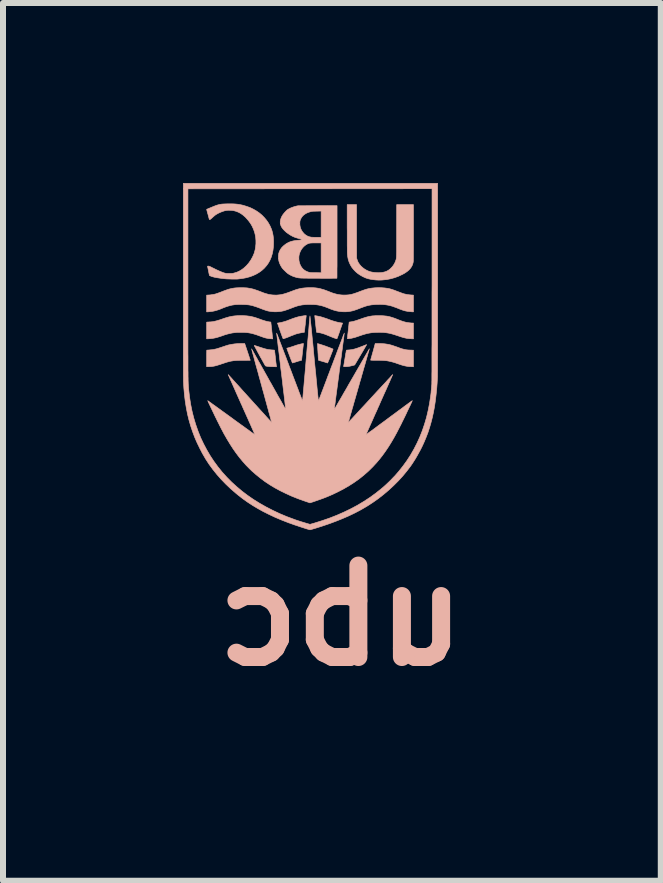
<source format=kicad_pcb>
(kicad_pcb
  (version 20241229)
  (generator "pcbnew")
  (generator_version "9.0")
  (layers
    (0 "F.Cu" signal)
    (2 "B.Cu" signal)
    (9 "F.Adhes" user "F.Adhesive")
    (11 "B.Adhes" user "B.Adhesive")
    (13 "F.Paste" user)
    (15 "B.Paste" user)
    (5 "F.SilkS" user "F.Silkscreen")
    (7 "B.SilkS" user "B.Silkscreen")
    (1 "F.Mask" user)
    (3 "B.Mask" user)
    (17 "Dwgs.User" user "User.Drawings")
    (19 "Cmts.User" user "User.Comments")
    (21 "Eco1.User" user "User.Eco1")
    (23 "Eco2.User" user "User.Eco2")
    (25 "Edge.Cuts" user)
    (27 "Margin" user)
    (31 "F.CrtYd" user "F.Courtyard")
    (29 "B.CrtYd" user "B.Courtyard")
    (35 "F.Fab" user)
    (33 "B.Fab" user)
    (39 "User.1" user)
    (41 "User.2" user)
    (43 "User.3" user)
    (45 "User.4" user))
  (footprint "ubc"
    (layer "F.Cu")
    (at 1.87 2.257)
    (property "Reference" "ubc" (at 0.762 4.953 180) (layer "B.SilkS") (effects (font (size 1.524 1.524) (thickness 0.3)) (justify mirror)))
    (attr through_hole)
    (fp_poly (pts (xy 0.126 0.419) (xy 0.106 0.423) (xy 0.084 0.428) (xy 0.06 0.434) (xy 0.036 0.441) (xy 0.015 0.447) (xy -0.002 0.453) (xy -0.021 0.46) (xy -0.042 0.467) (xy -0.061 0.473) (xy -0.063 0.474) (xy -0.079 0.479) (xy -0.095 0.484) (xy -0.109 0.488) (xy -0.12 0.491) (xy -0.123 0.492) (xy -0.133 0.494) (xy -0.139 0.496) (xy -0.14 0.498) (xy -0.136 0.51) (xy -0.13 0.525) (xy -0.124 0.543) (xy -0.116 0.564) (xy -0.108 0.585) (xy -0.1 0.607) (xy -0.091 0.63) (xy -0.083 0.652) (xy -0.075 0.673) (xy -0.067 0.692) (xy -0.06 0.709) (xy -0.055 0.723) (xy -0.05 0.734) (xy -0.048 0.74) (xy -0.047 0.742) (xy -0.043 0.741) (xy -0.035 0.739) (xy -0.024 0.735) (xy -0.009 0.731) (xy 0.007 0.726) (xy 0.011 0.724) (xy 0.03 0.719) (xy 0.047 0.713) (xy 0.064 0.708) (xy 0.077 0.705) (xy 0.086 0.702) (xy 0.086 0.702) (xy 0.106 0.697) (xy 0.137 0.418) (xy 0.126 0.419)) (stroke (width 0.01) (type solid)) (fill yes) (layer "B.SilkS"))
    (fp_poly (pts (xy 1.188 0.437) (xy 1.18 0.439) (xy 1.169 0.443) (xy 1.155 0.449) (xy 1.138 0.456) (xy 1.119 0.463) (xy 1.115 0.465) (xy 1.08 0.478) (xy 1.049 0.49) (xy 1.021 0.499) (xy 0.996 0.507) (xy 0.973 0.513) (xy 0.951 0.518) (xy 0.929 0.521) (xy 0.906 0.524) (xy 0.891 0.525) (xy 0.877 0.526) (xy 0.865 0.527) (xy 0.857 0.528) (xy 0.853 0.529) (xy 0.853 0.529) (xy 0.852 0.532) (xy 0.851 0.54) (xy 0.848 0.552) (xy 0.846 0.568) (xy 0.842 0.586) (xy 0.839 0.607) (xy 0.835 0.63) (xy 0.831 0.653) (xy 0.827 0.677) (xy 0.823 0.701) (xy 0.819 0.723) (xy 0.816 0.744) (xy 0.813 0.762) (xy 0.81 0.778) (xy 0.808 0.79) (xy 0.807 0.797) (xy 0.807 0.799) (xy 0.808 0.802) (xy 0.81 0.803) (xy 0.815 0.804) (xy 0.824 0.804) (xy 0.836 0.804) (xy 0.852 0.803) (xy 0.87 0.802) (xy 0.888 0.8) (xy 0.897 0.798) (xy 0.914 0.795) (xy 0.934 0.79) (xy 0.952 0.786) (xy 0.96 0.784) (xy 0.991 0.775) (xy 1.091 0.606) (xy 1.108 0.577) (xy 1.124 0.551) (xy 1.138 0.526) (xy 1.152 0.503) (xy 1.163 0.483) (xy 1.173 0.466) (xy 1.181 0.452) (xy 1.187 0.443) (xy 1.19 0.437) (xy 1.19 0.436) (xy 1.188 0.437)) (stroke (width 0.01) (type solid)) (fill yes) (layer "B.SilkS"))
    (fp_poly (pts (xy 1.333 0.418) (xy 1.296 0.554) (xy 1.288 0.581) (xy 1.281 0.606) (xy 1.275 0.629) (xy 1.269 0.649) (xy 1.264 0.666) (xy 1.261 0.68) (xy 1.258 0.689) (xy 1.257 0.693) (xy 1.257 0.694) (xy 1.257 0.695) (xy 1.261 0.695) (xy 1.267 0.696) (xy 1.277 0.696) (xy 1.291 0.697) (xy 1.31 0.697) (xy 1.333 0.697) (xy 1.349 0.697) (xy 1.393 0.697) (xy 1.431 0.698) (xy 1.465 0.7) (xy 1.497 0.702) (xy 1.526 0.705) (xy 1.554 0.71) (xy 1.582 0.716) (xy 1.61 0.723) (xy 1.64 0.731) (xy 1.672 0.741) (xy 1.699 0.751) (xy 1.735 0.763) (xy 1.767 0.774) (xy 1.795 0.782) (xy 1.821 0.789) (xy 1.845 0.794) (xy 1.867 0.798) (xy 1.89 0.801) (xy 1.912 0.803) (xy 1.928 0.803) (xy 1.97 0.805) (xy 1.97 0.529) (xy 1.918 0.527) (xy 1.89 0.526) (xy 1.865 0.524) (xy 1.842 0.521) (xy 1.819 0.516) (xy 1.795 0.51) (xy 1.769 0.503) (xy 1.741 0.493) (xy 1.723 0.486) (xy 1.69 0.474) (xy 1.66 0.464) (xy 1.635 0.455) (xy 1.613 0.448) (xy 1.593 0.442) (xy 1.574 0.437) (xy 1.556 0.433) (xy 1.539 0.43) (xy 1.527 0.428) (xy 1.493 0.423) (xy 1.455 0.42) (xy 1.415 0.418) (xy 1.38 0.418) (xy 1.333 0.418)) (stroke (width 0.01) (type solid)) (fill yes) (layer "B.SilkS"))
    (fp_poly (pts (xy -0.952 0.419) (xy -1.01 0.424) (xy -1.064 0.432) (xy -1.112 0.442) (xy -1.123 0.445) (xy -1.138 0.45) (xy -1.156 0.455) (xy -1.175 0.462) (xy -1.194 0.468) (xy -1.197 0.469) (xy -1.232 0.481) (xy -1.263 0.491) (xy -1.291 0.5) (xy -1.315 0.507) (xy -1.338 0.512) (xy -1.359 0.516) (xy -1.38 0.52) (xy -1.401 0.522) (xy -1.423 0.524) (xy -1.431 0.525) (xy -1.446 0.526) (xy -1.458 0.527) (xy -1.468 0.527) (xy -1.473 0.528) (xy -1.474 0.528) (xy -1.474 0.53) (xy -1.475 0.538) (xy -1.475 0.551) (xy -1.475 0.567) (xy -1.476 0.587) (xy -1.476 0.61) (xy -1.476 0.635) (xy -1.476 0.662) (xy -1.476 0.804) (xy -1.446 0.804) (xy -1.429 0.803) (xy -1.409 0.802) (xy -1.391 0.801) (xy -1.386 0.8) (xy -1.354 0.795) (xy -1.32 0.787) (xy -1.283 0.776) (xy -1.242 0.763) (xy -1.229 0.758) (xy -1.198 0.748) (xy -1.171 0.739) (xy -1.147 0.731) (xy -1.126 0.725) (xy -1.107 0.72) (xy -1.088 0.715) (xy -1.069 0.711) (xy -1.049 0.708) (xy -1.034 0.705) (xy -1.024 0.704) (xy -1.014 0.703) (xy -1.003 0.701) (xy -0.992 0.701) (xy -0.979 0.7) (xy -0.963 0.699) (xy -0.944 0.699) (xy -0.921 0.698) (xy -0.894 0.698) (xy -0.872 0.698) (xy -0.749 0.697) (xy -0.795 0.557) (xy -0.842 0.418) (xy -0.89 0.418) (xy -0.952 0.419)) (stroke (width 0.01) (type solid)) (fill yes) (layer "B.SilkS"))
    (fp_poly (pts (xy 0.325 -0.047) (xy 0.326 -0.044) (xy 0.326 -0.036) (xy 0.328 -0.024) (xy 0.329 -0.009) (xy 0.331 0.01) (xy 0.333 0.031) (xy 0.336 0.054) (xy 0.338 0.077) (xy 0.341 0.101) (xy 0.343 0.124) (xy 0.346 0.147) (xy 0.348 0.167) (xy 0.35 0.186) (xy 0.352 0.201) (xy 0.353 0.213) (xy 0.354 0.219) (xy 0.356 0.231) (xy 0.372 0.233) (xy 0.398 0.237) (xy 0.425 0.242) (xy 0.453 0.25) (xy 0.483 0.259) (xy 0.515 0.271) (xy 0.552 0.286) (xy 0.569 0.293) (xy 0.588 0.301) (xy 0.608 0.309) (xy 0.628 0.317) (xy 0.646 0.324) (xy 0.663 0.33) (xy 0.677 0.334) (xy 0.687 0.337) (xy 0.694 0.339) (xy 0.694 0.339) (xy 0.696 0.336) (xy 0.699 0.33) (xy 0.703 0.32) (xy 0.704 0.318) (xy 0.706 0.311) (xy 0.711 0.299) (xy 0.716 0.284) (xy 0.723 0.265) (xy 0.731 0.243) (xy 0.739 0.22) (xy 0.747 0.195) (xy 0.75 0.187) (xy 0.789 0.077) (xy 0.772 0.075) (xy 0.735 0.069) (xy 0.694 0.06) (xy 0.651 0.048) (xy 0.603 0.033) (xy 0.56 0.017) (xy 0.523 0.003) (xy 0.486 -0.009) (xy 0.452 -0.02) (xy 0.422 -0.029) (xy 0.419 -0.029) (xy 0.407 -0.032) (xy 0.392 -0.035) (xy 0.377 -0.039) (xy 0.362 -0.041) (xy 0.349 -0.044) (xy 0.337 -0.046) (xy 0.329 -0.047) (xy 0.326 -0.047) (xy 0.325 -0.047)) (stroke (width 0.01) (type solid)) (fill yes) (layer "B.SilkS"))
    (fp_poly (pts (xy 0.371 0.421) (xy 0.371 0.429) (xy 0.372 0.442) (xy 0.373 0.458) (xy 0.374 0.476) (xy 0.375 0.498) (xy 0.376 0.52) (xy 0.378 0.544) (xy 0.379 0.569) (xy 0.381 0.593) (xy 0.382 0.615) (xy 0.383 0.637) (xy 0.384 0.656) (xy 0.386 0.672) (xy 0.386 0.684) (xy 0.387 0.693) (xy 0.387 0.696) (xy 0.387 0.696) (xy 0.39 0.697) (xy 0.398 0.699) (xy 0.408 0.703) (xy 0.419 0.706) (xy 0.433 0.71) (xy 0.451 0.715) (xy 0.47 0.721) (xy 0.489 0.726) (xy 0.494 0.728) (xy 0.509 0.733) (xy 0.522 0.737) (xy 0.532 0.74) (xy 0.538 0.742) (xy 0.54 0.742) (xy 0.541 0.74) (xy 0.544 0.732) (xy 0.549 0.721) (xy 0.555 0.706) (xy 0.563 0.688) (xy 0.571 0.667) (xy 0.581 0.644) (xy 0.587 0.628) (xy 0.597 0.602) (xy 0.606 0.579) (xy 0.614 0.558) (xy 0.621 0.541) (xy 0.626 0.527) (xy 0.629 0.517) (xy 0.63 0.512) (xy 0.63 0.511) (xy 0.627 0.509) (xy 0.619 0.505) (xy 0.607 0.5) (xy 0.592 0.494) (xy 0.574 0.487) (xy 0.555 0.48) (xy 0.534 0.472) (xy 0.514 0.465) (xy 0.508 0.462) (xy 0.496 0.458) (xy 0.482 0.453) (xy 0.466 0.448) (xy 0.449 0.442) (xy 0.431 0.437) (xy 0.415 0.431) (xy 0.4 0.427) (xy 0.387 0.423) (xy 0.377 0.42) (xy 0.372 0.419) (xy 0.371 0.419) (xy 0.371 0.421)) (stroke (width 0.01) (type solid)) (fill yes) (layer "B.SilkS"))
    (fp_poly (pts (xy -0.681 0.451) (xy -0.682 0.452) (xy -0.682 0.454) (xy -0.682 0.454) (xy -0.68 0.458) (xy -0.675 0.466) (xy -0.669 0.479) (xy -0.66 0.494) (xy -0.65 0.513) (xy -0.639 0.533) (xy -0.627 0.556) (xy -0.614 0.58) (xy -0.6 0.605) (xy -0.587 0.63) (xy -0.573 0.655) (xy -0.559 0.679) (xy -0.547 0.702) (xy -0.535 0.723) (xy -0.524 0.743) (xy -0.515 0.759) (xy -0.507 0.773) (xy -0.502 0.782) (xy -0.498 0.788) (xy -0.498 0.789) (xy -0.49 0.793) (xy -0.477 0.796) (xy -0.46 0.799) (xy -0.438 0.801) (xy -0.411 0.803) (xy -0.381 0.804) (xy -0.379 0.804) (xy -0.313 0.805) (xy -0.315 0.793) (xy -0.315 0.787) (xy -0.316 0.777) (xy -0.318 0.762) (xy -0.32 0.744) (xy -0.323 0.723) (xy -0.325 0.699) (xy -0.328 0.673) (xy -0.33 0.655) (xy -0.333 0.629) (xy -0.336 0.605) (xy -0.338 0.583) (xy -0.341 0.564) (xy -0.342 0.549) (xy -0.344 0.537) (xy -0.345 0.531) (xy -0.345 0.529) (xy -0.348 0.528) (xy -0.356 0.527) (xy -0.367 0.526) (xy -0.381 0.525) (xy -0.386 0.525) (xy -0.407 0.523) (xy -0.426 0.521) (xy -0.443 0.519) (xy -0.461 0.516) (xy -0.479 0.512) (xy -0.498 0.507) (xy -0.52 0.501) (xy -0.545 0.493) (xy -0.574 0.484) (xy -0.577 0.483) (xy -0.604 0.474) (xy -0.626 0.467) (xy -0.643 0.461) (xy -0.657 0.457) (xy -0.667 0.454) (xy -0.674 0.452) (xy -0.678 0.451) (xy -0.681 0.451)) (stroke (width 0.01) (type solid)) (fill yes) (layer "B.SilkS"))
    (fp_poly (pts (xy 0.173 -0.047) (xy 0.162 -0.046) (xy 0.147 -0.045) (xy 0.13 -0.042) (xy 0.112 -0.039) (xy 0.11 -0.039) (xy 0.089 -0.036) (xy 0.068 -0.031) (xy 0.047 -0.026) (xy 0.025 -0.02) (xy 0.002 -0.013) (xy -0.024 -0.004) (xy -0.053 0.006) (xy -0.086 0.019) (xy -0.103 0.025) (xy -0.141 0.04) (xy -0.175 0.051) (xy -0.207 0.06) (xy -0.236 0.067) (xy -0.263 0.072) (xy -0.263 0.072) (xy -0.276 0.074) (xy -0.286 0.076) (xy -0.293 0.077) (xy -0.296 0.077) (xy -0.295 0.08) (xy -0.292 0.088) (xy -0.288 0.099) (xy -0.283 0.115) (xy -0.276 0.134) (xy -0.269 0.155) (xy -0.261 0.179) (xy -0.252 0.205) (xy -0.25 0.208) (xy -0.239 0.241) (xy -0.229 0.268) (xy -0.221 0.29) (xy -0.214 0.308) (xy -0.209 0.322) (xy -0.205 0.331) (xy -0.202 0.337) (xy -0.2 0.338) (xy -0.2 0.338) (xy -0.196 0.338) (xy -0.188 0.335) (xy -0.177 0.332) (xy -0.168 0.329) (xy -0.157 0.325) (xy -0.142 0.32) (xy -0.125 0.313) (xy -0.105 0.305) (xy -0.085 0.297) (xy -0.074 0.292) (xy -0.054 0.284) (xy -0.034 0.277) (xy -0.015 0.269) (xy 0.001 0.263) (xy 0.014 0.259) (xy 0.019 0.257) (xy 0.037 0.252) (xy 0.058 0.247) (xy 0.081 0.242) (xy 0.103 0.238) (xy 0.123 0.234) (xy 0.135 0.233) (xy 0.152 0.231) (xy 0.154 0.219) (xy 0.154 0.215) (xy 0.155 0.205) (xy 0.157 0.192) (xy 0.159 0.175) (xy 0.161 0.155) (xy 0.163 0.134) (xy 0.166 0.111) (xy 0.169 0.087) (xy 0.171 0.063) (xy 0.174 0.04) (xy 0.176 0.019) (xy 0.178 -0.001) (xy 0.18 -0.018) (xy 0.182 -0.032) (xy 0.183 -0.042) (xy 0.183 -0.047) (xy 0.183 -0.047) (xy 0.181 -0.048) (xy 0.173 -0.047)) (stroke (width 0.01) (type solid)) (fill yes) (layer "B.SilkS"))
    (fp_poly (pts (xy 1.365 -0.046) (xy 1.338 -0.046) (xy 1.314 -0.044) (xy 1.291 -0.043) (xy 1.269 -0.04) (xy 1.247 -0.036) (xy 1.224 -0.032) (xy 1.201 -0.026) (xy 1.175 -0.019) (xy 1.147 -0.01) (xy 1.115 0.000464) (xy 1.08 0.013) (xy 1.04 0.027) (xy 1.037 0.028) (xy 1.006 0.038) (xy 0.979 0.046) (xy 0.953 0.052) (xy 0.928 0.057) (xy 0.924 0.057) (xy 0.899 0.061) (xy 0.884 0.198) (xy 0.881 0.226) (xy 0.878 0.251) (xy 0.875 0.274) (xy 0.873 0.295) (xy 0.872 0.312) (xy 0.871 0.325) (xy 0.87 0.334) (xy 0.87 0.338) (xy 0.87 0.338) (xy 0.874 0.338) (xy 0.882 0.338) (xy 0.894 0.337) (xy 0.909 0.334) (xy 0.925 0.332) (xy 0.942 0.329) (xy 0.959 0.325) (xy 0.974 0.321) (xy 0.979 0.32) (xy 0.993 0.316) (xy 1.01 0.311) (xy 1.03 0.304) (xy 1.051 0.297) (xy 1.072 0.29) (xy 1.075 0.289) (xy 1.118 0.274) (xy 1.158 0.262) (xy 1.194 0.252) (xy 1.229 0.245) (xy 1.264 0.239) (xy 1.3 0.235) (xy 1.337 0.233) (xy 1.377 0.232) (xy 1.396 0.231) (xy 1.432 0.232) (xy 1.466 0.233) (xy 1.497 0.236) (xy 1.528 0.24) (xy 1.558 0.245) (xy 1.59 0.252) (xy 1.623 0.261) (xy 1.659 0.272) (xy 1.699 0.285) (xy 1.711 0.289) (xy 1.746 0.301) (xy 1.775 0.31) (xy 1.802 0.318) (xy 1.826 0.324) (xy 1.848 0.329) (xy 1.87 0.333) (xy 1.891 0.335) (xy 1.914 0.337) (xy 1.93 0.338) (xy 1.97 0.34) (xy 1.97 0.076) (xy 1.952 0.076) (xy 1.938 0.076) (xy 1.919 0.074) (xy 1.898 0.072) (xy 1.877 0.069) (xy 1.858 0.066) (xy 1.841 0.063) (xy 1.84 0.062) (xy 1.82 0.057) (xy 1.801 0.052) (xy 1.781 0.045) (xy 1.758 0.037) (xy 1.732 0.027) (xy 1.716 0.021) (xy 1.677 0.005) (xy 1.642 -0.008) (xy 1.61 -0.018) (xy 1.581 -0.027) (xy 1.552 -0.034) (xy 1.524 -0.039) (xy 1.494 -0.042) (xy 1.464 -0.045) (xy 1.431 -0.046) (xy 1.394 -0.046) (xy 1.365 -0.046)) (stroke (width 0.01) (type solid)) (fill yes) (layer "B.SilkS"))
    (fp_poly (pts (xy -0.937 -0.047) (xy -0.967 -0.046) (xy -0.976 -0.045) (xy -1.004 -0.043) (xy -1.03 -0.04) (xy -1.055 -0.036) (xy -1.079 -0.031) (xy -1.104 -0.026) (xy -1.13 -0.018) (xy -1.159 -0.01) (xy -1.192 0.001) (xy -1.218 0.01) (xy -1.252 0.022) (xy -1.283 0.031) (xy -1.309 0.039) (xy -1.333 0.045) (xy -1.355 0.05) (xy -1.376 0.054) (xy -1.396 0.056) (xy -1.417 0.058) (xy -1.428 0.058) (xy -1.442 0.059) (xy -1.455 0.06) (xy -1.464 0.06) (xy -1.47 0.061) (xy -1.47 0.061) (xy -1.476 0.062) (xy -1.476 0.34) (xy -1.437 0.338) (xy -1.409 0.336) (xy -1.381 0.333) (xy -1.353 0.328) (xy -1.325 0.322) (xy -1.294 0.314) (xy -1.26 0.303) (xy -1.223 0.291) (xy -1.215 0.288) (xy -1.17 0.272) (xy -1.128 0.26) (xy -1.088 0.25) (xy -1.05 0.242) (xy -1.012 0.237) (xy -0.973 0.233) (xy -0.931 0.232) (xy -0.887 0.232) (xy -0.881 0.232) (xy -0.846 0.233) (xy -0.814 0.235) (xy -0.785 0.238) (xy -0.757 0.243) (xy -0.729 0.248) (xy -0.7 0.256) (xy -0.669 0.265) (xy -0.635 0.276) (xy -0.598 0.29) (xy -0.594 0.291) (xy -0.561 0.303) (xy -0.533 0.313) (xy -0.508 0.321) (xy -0.486 0.327) (xy -0.465 0.331) (xy -0.445 0.335) (xy -0.424 0.337) (xy -0.407 0.338) (xy -0.375 0.34) (xy -0.377 0.327) (xy -0.377 0.323) (xy -0.378 0.314) (xy -0.38 0.3) (xy -0.382 0.284) (xy -0.384 0.264) (xy -0.386 0.243) (xy -0.389 0.22) (xy -0.391 0.196) (xy -0.394 0.172) (xy -0.397 0.149) (xy -0.399 0.127) (xy -0.401 0.108) (xy -0.403 0.09) (xy -0.405 0.077) (xy -0.406 0.067) (xy -0.406 0.061) (xy -0.406 0.061) (xy -0.409 0.06) (xy -0.416 0.059) (xy -0.425 0.058) (xy -0.426 0.058) (xy -0.445 0.055) (xy -0.469 0.05) (xy -0.497 0.043) (xy -0.528 0.033) (xy -0.563 0.022) (xy -0.586 0.013) (xy -0.617 0.002) (xy -0.643 -0.007) (xy -0.667 -0.015) (xy -0.688 -0.021) (xy -0.708 -0.026) (xy -0.728 -0.031) (xy -0.749 -0.035) (xy -0.772 -0.039) (xy -0.778 -0.039) (xy -0.805 -0.043) (xy -0.836 -0.045) (xy -0.869 -0.047) (xy -0.903 -0.048) (xy -0.937 -0.047)) (stroke (width 0.01) (type solid)) (fill yes) (layer "B.SilkS"))
    (fp_poly (pts (xy 1.69 -1.468) (xy 1.69 -1.409) (xy 1.69 -1.355) (xy 1.69 -1.306) (xy 1.69 -1.262) (xy 1.69 -1.223) (xy 1.69 -1.187) (xy 1.69 -1.156) (xy 1.69 -1.128) (xy 1.69 -1.104) (xy 1.689 -1.083) (xy 1.689 -1.064) (xy 1.688 -1.049) (xy 1.688 -1.035) (xy 1.687 -1.023) (xy 1.686 -1.013) (xy 1.685 -1.005) (xy 1.684 -0.998) (xy 1.683 -0.991) (xy 1.682 -0.985) (xy 1.68 -0.979) (xy 1.678 -0.974) (xy 1.677 -0.968) (xy 1.676 -0.967) (xy 1.663 -0.933) (xy 1.645 -0.9) (xy 1.623 -0.868) (xy 1.603 -0.846) (xy 1.579 -0.823) (xy 1.553 -0.803) (xy 1.525 -0.788) (xy 1.496 -0.777) (xy 1.463 -0.769) (xy 1.427 -0.764) (xy 1.387 -0.762) (xy 1.36 -0.763) (xy 1.321 -0.766) (xy 1.285 -0.771) (xy 1.253 -0.778) (xy 1.221 -0.789) (xy 1.192 -0.802) (xy 1.157 -0.822) (xy 1.125 -0.846) (xy 1.096 -0.872) (xy 1.072 -0.901) (xy 1.051 -0.932) (xy 1.046 -0.942) (xy 1.042 -0.951) (xy 1.037 -0.964) (xy 1.032 -0.978) (xy 1.031 -0.981) (xy 1.023 -1.006) (xy 1.022 -1.451) (xy 1.022 -1.897) (xy 0.866 -1.897) (xy 0.866 -1.508) (xy 0.867 -1.46) (xy 0.867 -1.414) (xy 0.867 -1.369) (xy 0.867 -1.326) (xy 0.867 -1.285) (xy 0.867 -1.246) (xy 0.867 -1.211) (xy 0.868 -1.179) (xy 0.868 -1.15) (xy 0.868 -1.126) (xy 0.868 -1.106) (xy 0.869 -1.09) (xy 0.869 -1.08) (xy 0.869 -1.077) (xy 0.875 -1.027) (xy 0.884 -0.98) (xy 0.899 -0.936) (xy 0.918 -0.895) (xy 0.941 -0.855) (xy 0.97 -0.818) (xy 0.974 -0.814) (xy 1.005 -0.781) (xy 1.04 -0.751) (xy 1.079 -0.724) (xy 1.121 -0.7) (xy 1.163 -0.68) (xy 1.178 -0.674) (xy 1.215 -0.662) (xy 1.256 -0.653) (xy 1.301 -0.646) (xy 1.347 -0.641) (xy 1.394 -0.639) (xy 1.44 -0.64) (xy 1.453 -0.641) (xy 1.522 -0.648) (xy 1.589 -0.661) (xy 1.655 -0.679) (xy 1.72 -0.703) (xy 1.784 -0.733) (xy 1.787 -0.734) (xy 1.828 -0.757) (xy 1.863 -0.781) (xy 1.893 -0.806) (xy 1.918 -0.833) (xy 1.938 -0.862) (xy 1.953 -0.892) (xy 1.963 -0.924) (xy 1.967 -0.944) (xy 1.967 -0.951) (xy 1.968 -0.962) (xy 1.968 -0.98) (xy 1.969 -1.003) (xy 1.969 -1.032) (xy 1.969 -1.066) (xy 1.969 -1.106) (xy 1.97 -1.151) (xy 1.97 -1.202) (xy 1.97 -1.259) (xy 1.97 -1.321) (xy 1.97 -1.389) (xy 1.97 -1.431) (xy 1.97 -1.897) (xy 1.691 -1.897) (xy 1.69 -1.468)) (stroke (width 0.01) (type solid)) (fill yes) (layer "B.SilkS"))
    (fp_poly (pts (xy -1.126 -1.91) (xy -1.156 -1.909) (xy -1.182 -1.908) (xy -1.206 -1.907) (xy -1.227 -1.905) (xy -1.247 -1.902) (xy -1.266 -1.898) (xy -1.286 -1.893) (xy -1.307 -1.887) (xy -1.329 -1.879) (xy -1.355 -1.869) (xy -1.384 -1.857) (xy -1.415 -1.844) (xy -1.432 -1.837) (xy -1.448 -1.831) (xy -1.46 -1.825) (xy -1.47 -1.821) (xy -1.475 -1.819) (xy -1.476 -1.819) (xy -1.475 -1.816) (xy -1.474 -1.808) (xy -1.471 -1.796) (xy -1.467 -1.781) (xy -1.462 -1.762) (xy -1.456 -1.742) (xy -1.45 -1.719) (xy -1.444 -1.696) (xy -1.437 -1.671) (xy -1.434 -1.659) (xy -1.431 -1.652) (xy -1.428 -1.648) (xy -1.423 -1.648) (xy -1.416 -1.651) (xy -1.407 -1.658) (xy -1.394 -1.669) (xy -1.386 -1.676) (xy -1.362 -1.698) (xy -1.341 -1.716) (xy -1.321 -1.731) (xy -1.3 -1.743) (xy -1.28 -1.754) (xy -1.243 -1.771) (xy -1.208 -1.784) (xy -1.177 -1.794) (xy -1.146 -1.8) (xy -1.118 -1.803) (xy -1.072 -1.802) (xy -1.029 -1.797) (xy -0.987 -1.786) (xy -0.946 -1.77) (xy -0.907 -1.749) (xy -0.87 -1.722) (xy -0.833 -1.69) (xy -0.819 -1.675) (xy -0.78 -1.631) (xy -0.746 -1.585) (xy -0.718 -1.537) (xy -0.695 -1.487) (xy -0.677 -1.435) (xy -0.668 -1.399) (xy -0.659 -1.35) (xy -0.655 -1.298) (xy -0.655 -1.246) (xy -0.66 -1.195) (xy -0.668 -1.145) (xy -0.681 -1.098) (xy -0.687 -1.079) (xy -0.71 -1.027) (xy -0.737 -0.978) (xy -0.769 -0.931) (xy -0.806 -0.887) (xy -0.824 -0.869) (xy -0.859 -0.837) (xy -0.895 -0.811) (xy -0.932 -0.789) (xy -0.972 -0.771) (xy -1.015 -0.758) (xy -1.034 -0.753) (xy -1.045 -0.751) (xy -1.061 -0.75) (xy -1.08 -0.75) (xy -1.102 -0.749) (xy -1.122 -0.75) (xy -1.137 -0.75) (xy -1.148 -0.751) (xy -1.158 -0.752) (xy -1.167 -0.754) (xy -1.175 -0.756) (xy -1.198 -0.763) (xy -1.224 -0.773) (xy -1.254 -0.785) (xy -1.287 -0.8) (xy -1.322 -0.816) (xy -1.359 -0.835) (xy -1.359 -0.835) (xy -1.381 -0.845) (xy -1.398 -0.854) (xy -1.412 -0.861) (xy -1.422 -0.865) (xy -1.431 -0.869) (xy -1.437 -0.871) (xy -1.442 -0.872) (xy -1.447 -0.872) (xy -1.448 -0.872) (xy -1.456 -0.872) (xy -1.46 -0.871) (xy -1.461 -0.868) (xy -1.461 -0.866) (xy -1.46 -0.861) (xy -1.458 -0.852) (xy -1.455 -0.839) (xy -1.452 -0.823) (xy -1.448 -0.805) (xy -1.445 -0.789) (xy -1.441 -0.77) (xy -1.438 -0.753) (xy -1.434 -0.738) (xy -1.432 -0.727) (xy -1.43 -0.719) (xy -1.43 -0.717) (xy -1.426 -0.714) (xy -1.417 -0.71) (xy -1.406 -0.705) (xy -1.392 -0.7) (xy -1.377 -0.695) (xy -1.361 -0.691) (xy -1.354 -0.689) (xy -1.337 -0.685) (xy -1.316 -0.681) (xy -1.292 -0.677) (xy -1.264 -0.673) (xy -1.232 -0.668) (xy -1.194 -0.664) (xy -1.187 -0.663) (xy -1.166 -0.661) (xy -1.141 -0.659) (xy -1.114 -0.658) (xy -1.084 -0.657) (xy -1.055 -0.656) (xy -1.026 -0.656) (xy -0.999 -0.656) (xy -0.974 -0.656) (xy -0.954 -0.657) (xy -0.948 -0.658) (xy -0.881 -0.666) (xy -0.818 -0.678) (xy -0.759 -0.694) (xy -0.704 -0.714) (xy -0.652 -0.738) (xy -0.604 -0.766) (xy -0.559 -0.798) (xy -0.518 -0.835) (xy -0.508 -0.846) (xy -0.474 -0.885) (xy -0.445 -0.927) (xy -0.42 -0.973) (xy -0.399 -1.023) (xy -0.383 -1.076) (xy -0.371 -1.133) (xy -0.364 -1.192) (xy -0.362 -1.229) (xy -0.361 -1.282) (xy -0.363 -1.331) (xy -0.368 -1.376) (xy -0.376 -1.42) (xy -0.387 -1.461) (xy -0.397 -1.49) (xy -0.419 -1.541) (xy -0.446 -1.59) (xy -0.478 -1.637) (xy -0.514 -1.68) (xy -0.554 -1.721) (xy -0.598 -1.758) (xy -0.646 -1.791) (xy -0.698 -1.821) (xy -0.752 -1.847) (xy -0.81 -1.868) (xy -0.87 -1.886) (xy -0.873 -1.887) (xy -0.905 -1.894) (xy -0.934 -1.899) (xy -0.964 -1.904) (xy -0.994 -1.907) (xy -1.026 -1.909) (xy -1.06 -1.91) (xy -1.099 -1.91) (xy -1.126 -1.91)) (stroke (width 0.01) (type solid)) (fill yes) (layer "B.SilkS"))
    (fp_poly (pts (xy 0.372 -1.879) (xy 0.047 -1.878) (xy 0.017 -1.872) (xy -0.016 -1.863) (xy -0.048 -1.852) (xy -0.078 -1.84) (xy -0.106 -1.826) (xy -0.129 -1.812) (xy -0.131 -1.811) (xy -0.14 -1.803) (xy -0.152 -1.792) (xy -0.164 -1.779) (xy -0.178 -1.764) (xy -0.19 -1.749) (xy -0.202 -1.735) (xy -0.206 -1.728) (xy -0.224 -1.699) (xy -0.237 -1.669) (xy -0.246 -1.639) (xy -0.25 -1.611) (xy -0.249 -1.584) (xy -0.247 -1.575) (xy -0.239 -1.547) (xy -0.225 -1.519) (xy -0.205 -1.492) (xy -0.18 -1.465) (xy -0.15 -1.437) (xy -0.134 -1.425) (xy -0.091 -1.395) (xy -0.047 -1.37) (xy -0.001 -1.35) (xy 0.049 -1.335) (xy 0.075 -1.328) (xy 0.088 -1.325) (xy 0.097 -1.323) (xy 0.103 -1.321) (xy 0.105 -1.319) (xy 0.106 -1.316) (xy 0.107 -1.315) (xy 0.108 -1.308) (xy 0.058 -1.304) (xy 0.015 -1.3) (xy -0.024 -1.294) (xy -0.059 -1.286) (xy -0.092 -1.275) (xy -0.122 -1.261) (xy -0.15 -1.245) (xy -0.168 -1.232) (xy -0.2 -1.206) (xy -0.227 -1.178) (xy -0.248 -1.148) (xy -0.264 -1.116) (xy -0.275 -1.083) (xy -0.28 -1.047) (xy -0.28 -1.01) (xy -0.276 -0.975) (xy -0.27 -0.948) (xy -0.26 -0.919) (xy -0.247 -0.89) (xy -0.232 -0.863) (xy -0.217 -0.84) (xy -0.209 -0.83) (xy -0.197 -0.817) (xy -0.183 -0.803) (xy -0.167 -0.788) (xy -0.152 -0.773) (xy -0.137 -0.76) (xy -0.124 -0.749) (xy -0.12 -0.746) (xy -0.096 -0.731) (xy -0.068 -0.716) (xy -0.037 -0.702) (xy -0.004 -0.691) (xy 0.019 -0.684) (xy 0.027 -0.682) (xy 0.035 -0.68) (xy 0.043 -0.679) (xy 0.051 -0.677) (xy 0.059 -0.676) (xy 0.069 -0.675) (xy 0.079 -0.674) (xy 0.092 -0.673) (xy 0.106 -0.672) (xy 0.123 -0.672) (xy 0.142 -0.671) (xy 0.164 -0.671) (xy 0.19 -0.671) (xy 0.219 -0.67) (xy 0.253 -0.67) (xy 0.291 -0.67) (xy 0.334 -0.67) (xy 0.382 -0.67) (xy 0.394 -0.67) (xy 0.434 -0.669) (xy 0.473 -0.669) (xy 0.511 -0.669) (xy 0.545 -0.669) (xy 0.577 -0.669) (xy 0.606 -0.669) (xy 0.632 -0.67) (xy 0.654 -0.67) (xy 0.671 -0.67) (xy 0.684 -0.67) (xy 0.692 -0.67) (xy 0.695 -0.671) (xy 0.695 -0.674) (xy 0.695 -0.682) (xy 0.696 -0.695) (xy 0.696 -0.714) (xy 0.696 -0.737) (xy 0.696 -0.764) (xy 0.696 -0.795) (xy 0.696 -0.831) (xy 0.697 -0.869) (xy 0.697 -0.912) (xy 0.697 -0.957) (xy 0.697 -1.005) (xy 0.697 -1.055) (xy 0.697 -1.108) (xy 0.697 -1.163) (xy 0.697 -1.219) (xy 0.697 -1.259) (xy 0.432 -1.259) (xy 0.432 -0.761) (xy 0.341 -0.763) (xy 0.315 -0.763) (xy 0.294 -0.763) (xy 0.278 -0.764) (xy 0.265 -0.764) (xy 0.254 -0.765) (xy 0.246 -0.766) (xy 0.239 -0.767) (xy 0.232 -0.769) (xy 0.227 -0.77) (xy 0.193 -0.782) (xy 0.163 -0.798) (xy 0.136 -0.818) (xy 0.113 -0.843) (xy 0.094 -0.871) (xy 0.079 -0.903) (xy 0.068 -0.939) (xy 0.063 -0.963) (xy 0.06 -1.002) (xy 0.062 -1.041) (xy 0.07 -1.078) (xy 0.083 -1.113) (xy 0.084 -1.116) (xy 0.103 -1.151) (xy 0.126 -1.181) (xy 0.152 -1.207) (xy 0.18 -1.229) (xy 0.201 -1.24) (xy 0.21 -1.245) (xy 0.219 -1.249) (xy 0.228 -1.252) (xy 0.238 -1.254) (xy 0.249 -1.256) (xy 0.262 -1.257) (xy 0.278 -1.258) (xy 0.297 -1.259) (xy 0.321 -1.259) (xy 0.343 -1.259) (xy 0.432 -1.259) (xy 0.697 -1.259) (xy 0.697 -1.276) (xy 0.697 -1.352) (xy 0.432 -1.352) (xy 0.358 -1.352) (xy 0.337 -1.352) (xy 0.316 -1.352) (xy 0.298 -1.353) (xy 0.282 -1.353) (xy 0.27 -1.354) (xy 0.264 -1.355) (xy 0.231 -1.362) (xy 0.2 -1.375) (xy 0.171 -1.393) (xy 0.144 -1.416) (xy 0.144 -1.417) (xy 0.121 -1.444) (xy 0.102 -1.474) (xy 0.088 -1.507) (xy 0.087 -1.51) (xy 0.082 -1.531) (xy 0.078 -1.555) (xy 0.076 -1.579) (xy 0.077 -1.602) (xy 0.079 -1.623) (xy 0.08 -1.628) (xy 0.091 -1.658) (xy 0.107 -1.686) (xy 0.127 -1.711) (xy 0.152 -1.732) (xy 0.181 -1.751) (xy 0.214 -1.766) (xy 0.252 -1.778) (xy 0.262 -1.781) (xy 0.272 -1.783) (xy 0.282 -1.785) (xy 0.294 -1.786) (xy 0.309 -1.787) (xy 0.327 -1.787) (xy 0.35 -1.788) (xy 0.359 -1.788) (xy 0.432 -1.79) (xy 0.432 -1.352) (xy 0.697 -1.352) (xy 0.697 -1.88) (xy 0.372 -1.879)) (stroke (width 0.01) (type solid)) (fill yes) (layer "B.SilkS"))
    (fp_poly (pts (xy 1.331 -0.511) (xy 1.279 -0.506) (xy 1.229 -0.498) (xy 1.213 -0.494) (xy 1.192 -0.489) (xy 1.169 -0.482) (xy 1.143 -0.473) (xy 1.115 -0.463) (xy 1.083 -0.451) (xy 1.079 -0.45) (xy 1.04 -0.434) (xy 1.004 -0.422) (xy 0.972 -0.411) (xy 0.942 -0.403) (xy 0.914 -0.397) (xy 0.887 -0.393) (xy 0.859 -0.391) (xy 0.831 -0.39) (xy 0.801 -0.39) (xy 0.799 -0.39) (xy 0.765 -0.392) (xy 0.734 -0.396) (xy 0.703 -0.401) (xy 0.672 -0.409) (xy 0.64 -0.418) (xy 0.605 -0.43) (xy 0.57 -0.444) (xy 0.526 -0.461) (xy 0.486 -0.476) (xy 0.449 -0.487) (xy 0.413 -0.497) (xy 0.379 -0.504) (xy 0.345 -0.509) (xy 0.31 -0.512) (xy 0.274 -0.513) (xy 0.234 -0.513) (xy 0.22 -0.513) (xy 0.182 -0.511) (xy 0.147 -0.508) (xy 0.114 -0.504) (xy 0.081 -0.498) (xy 0.048 -0.49) (xy 0.014 -0.48) (xy -0.022 -0.467) (xy -0.062 -0.452) (xy -0.078 -0.446) (xy -0.124 -0.429) (xy -0.166 -0.415) (xy -0.205 -0.404) (xy -0.242 -0.396) (xy -0.278 -0.392) (xy -0.313 -0.389) (xy -0.349 -0.39) (xy -0.384 -0.392) (xy -0.406 -0.395) (xy -0.427 -0.398) (xy -0.447 -0.402) (xy -0.468 -0.408) (xy -0.49 -0.414) (xy -0.515 -0.422) (xy -0.543 -0.432) (xy -0.575 -0.445) (xy -0.584 -0.448) (xy -0.62 -0.462) (xy -0.652 -0.473) (xy -0.681 -0.483) (xy -0.708 -0.491) (xy -0.735 -0.497) (xy -0.761 -0.502) (xy -0.789 -0.507) (xy -0.802 -0.509) (xy -0.817 -0.51) (xy -0.837 -0.511) (xy -0.86 -0.512) (xy -0.886 -0.512) (xy -0.912 -0.512) (xy -0.938 -0.512) (xy -0.963 -0.511) (xy -0.986 -0.51) (xy -1.004 -0.508) (xy -1.015 -0.507) (xy -1.039 -0.503) (xy -1.061 -0.499) (xy -1.082 -0.494) (xy -1.104 -0.489) (xy -1.126 -0.482) (xy -1.151 -0.473) (xy -1.179 -0.463) (xy -1.21 -0.451) (xy -1.215 -0.449) (xy -1.245 -0.437) (xy -1.27 -0.428) (xy -1.292 -0.42) (xy -1.311 -0.414) (xy -1.328 -0.408) (xy -1.344 -0.404) (xy -1.359 -0.401) (xy -1.377 -0.398) (xy -1.397 -0.395) (xy -1.418 -0.392) (xy -1.438 -0.391) (xy -1.455 -0.39) (xy -1.462 -0.389) (xy -1.476 -0.389) (xy -1.476 -0.109) (xy -1.447 -0.111) (xy -1.417 -0.114) (xy -1.389 -0.117) (xy -1.362 -0.122) (xy -1.336 -0.128) (xy -1.308 -0.136) (xy -1.279 -0.145) (xy -1.246 -0.157) (xy -1.218 -0.169) (xy -1.193 -0.179) (xy -1.172 -0.187) (xy -1.154 -0.194) (xy -1.138 -0.199) (xy -1.123 -0.204) (xy -1.109 -0.208) (xy -1.093 -0.212) (xy -1.091 -0.213) (xy -1.068 -0.219) (xy -1.048 -0.223) (xy -1.028 -0.226) (xy -1.009 -0.229) (xy -0.988 -0.231) (xy -0.966 -0.232) (xy -0.94 -0.233) (xy -0.909 -0.233) (xy -0.905 -0.233) (xy -0.867 -0.232) (xy -0.833 -0.231) (xy -0.803 -0.229) (xy -0.774 -0.226) (xy -0.745 -0.221) (xy -0.717 -0.215) (xy -0.688 -0.206) (xy -0.656 -0.196) (xy -0.622 -0.184) (xy -0.585 -0.17) (xy -0.552 -0.157) (xy -0.524 -0.147) (xy -0.499 -0.138) (xy -0.476 -0.131) (xy -0.456 -0.125) (xy -0.436 -0.121) (xy -0.416 -0.118) (xy -0.396 -0.115) (xy -0.374 -0.113) (xy -0.369 -0.113) (xy -0.345 -0.111) (xy -0.324 -0.111) (xy -0.301 -0.112) (xy -0.288 -0.113) (xy -0.264 -0.115) (xy -0.243 -0.117) (xy -0.223 -0.121) (xy -0.203 -0.125) (xy -0.181 -0.131) (xy -0.159 -0.138) (xy -0.133 -0.147) (xy -0.105 -0.157) (xy -0.073 -0.169) (xy -0.034 -0.184) (xy 0.00035 -0.197) (xy 0.032 -0.207) (xy 0.062 -0.215) (xy 0.091 -0.221) (xy 0.119 -0.226) (xy 0.149 -0.229) (xy 0.181 -0.232) (xy 0.215 -0.233) (xy 0.246 -0.233) (xy 0.286 -0.232) (xy 0.323 -0.231) (xy 0.357 -0.228) (xy 0.388 -0.223) (xy 0.419 -0.217) (xy 0.45 -0.209) (xy 0.483 -0.199) (xy 0.518 -0.186) (xy 0.549 -0.174) (xy 0.568 -0.166) (xy 0.587 -0.158) (xy 0.606 -0.151) (xy 0.623 -0.145) (xy 0.634 -0.141) (xy 0.683 -0.127) (xy 0.734 -0.117) (xy 0.787 -0.112) (xy 0.84 -0.111) (xy 0.892 -0.115) (xy 0.906 -0.117) (xy 0.921 -0.12) (xy 0.936 -0.123) (xy 0.951 -0.126) (xy 0.966 -0.13) (xy 0.982 -0.135) (xy 1 -0.141) (xy 1.021 -0.148) (xy 1.045 -0.157) (xy 1.073 -0.168) (xy 1.094 -0.176) (xy 1.134 -0.191) (xy 1.171 -0.204) (xy 1.206 -0.214) (xy 1.24 -0.221) (xy 1.274 -0.227) (xy 1.31 -0.23) (xy 1.349 -0.233) (xy 1.371 -0.233) (xy 1.414 -0.234) (xy 1.454 -0.233) (xy 1.491 -0.23) (xy 1.526 -0.225) (xy 1.56 -0.219) (xy 1.584 -0.213) (xy 1.598 -0.209) (xy 1.613 -0.205) (xy 1.629 -0.2) (xy 1.646 -0.193) (xy 1.667 -0.186) (xy 1.691 -0.177) (xy 1.716 -0.167) (xy 1.745 -0.155) (xy 1.77 -0.146) (xy 1.792 -0.138) (xy 1.811 -0.132) (xy 1.829 -0.127) (xy 1.847 -0.123) (xy 1.854 -0.122) (xy 1.868 -0.119) (xy 1.885 -0.117) (xy 1.904 -0.115) (xy 1.923 -0.113) (xy 1.941 -0.111) (xy 1.956 -0.11) (xy 1.963 -0.11) (xy 1.97 -0.11) (xy 1.97 -0.389) (xy 1.935 -0.391) (xy 1.902 -0.394) (xy 1.868 -0.398) (xy 1.836 -0.405) (xy 1.81 -0.411) (xy 1.801 -0.414) (xy 1.787 -0.419) (xy 1.77 -0.425) (xy 1.751 -0.432) (xy 1.73 -0.44) (xy 1.714 -0.446) (xy 1.682 -0.458) (xy 1.655 -0.469) (xy 1.631 -0.477) (xy 1.61 -0.484) (xy 1.59 -0.49) (xy 1.572 -0.495) (xy 1.553 -0.499) (xy 1.543 -0.501) (xy 1.492 -0.508) (xy 1.439 -0.512) (xy 1.385 -0.513) (xy 1.331 -0.511)) (stroke (width 0.01) (type solid)) (fill yes) (layer "B.SilkS"))
    (fp_poly (pts (xy -1.865 -0.639) (xy -1.865 -0.518) (xy -1.865 -0.402) (xy -1.865 -0.29) (xy -1.865 -0.181) (xy -1.865 -0.077) (xy -1.865 0.024) (xy -1.865 0.12) (xy -1.865 0.212) (xy -1.865 0.299) (xy -1.865 0.382) (xy -1.865 0.461) (xy -1.865 0.535) (xy -1.865 0.604) (xy -1.865 0.669) (xy -1.864 0.728) (xy -1.864 0.783) (xy -1.864 0.833) (xy -1.864 0.878) (xy -1.864 0.918) (xy -1.864 0.952) (xy -1.863 0.982) (xy -1.863 1.006) (xy -1.863 1.024) (xy -1.863 1.037) (xy -1.863 1.044) (xy -1.856 1.161) (xy -1.846 1.273) (xy -1.833 1.382) (xy -1.816 1.487) (xy -1.796 1.59) (xy -1.772 1.689) (xy -1.744 1.787) (xy -1.712 1.882) (xy -1.677 1.976) (xy -1.66 2.016) (xy -1.651 2.037) (xy -1.64 2.062) (xy -1.627 2.09) (xy -1.612 2.12) (xy -1.598 2.15) (xy -1.583 2.18) (xy -1.568 2.208) (xy -1.555 2.234) (xy -1.547 2.249) (xy -1.495 2.339) (xy -1.438 2.427) (xy -1.376 2.512) (xy -1.309 2.596) (xy -1.237 2.678) (xy -1.159 2.759) (xy -1.077 2.837) (xy -0.988 2.914) (xy -0.953 2.943) (xy -0.876 3.003) (xy -0.796 3.06) (xy -0.712 3.115) (xy -0.625 3.167) (xy -0.533 3.218) (xy -0.437 3.266) (xy -0.337 3.313) (xy -0.231 3.358) (xy -0.121 3.401) (xy -0.109 3.406) (xy -0.087 3.413) (xy -0.063 3.422) (xy -0.037 3.431) (xy -0.01 3.441) (xy 0.019 3.45) (xy 0.048 3.46) (xy 0.077 3.47) (xy 0.105 3.479) (xy 0.133 3.488) (xy 0.158 3.496) (xy 0.182 3.504) (xy 0.203 3.51) (xy 0.22 3.515) (xy 0.234 3.519) (xy 0.243 3.521) (xy 0.247 3.522) (xy 0.251 3.521) (xy 0.26 3.519) (xy 0.272 3.515) (xy 0.288 3.511) (xy 0.307 3.505) (xy 0.327 3.499) (xy 0.332 3.498) (xy 0.452 3.46) (xy 0.567 3.421) (xy 0.677 3.38) (xy 0.782 3.338) (xy 0.882 3.295) (xy 0.977 3.25) (xy 1.068 3.203) (xy 1.104 3.183) (xy 1.2 3.127) (xy 1.294 3.066) (xy 1.386 3.001) (xy 1.474 2.932) (xy 1.559 2.86) (xy 1.641 2.784) (xy 1.719 2.706) (xy 1.792 2.626) (xy 1.861 2.542) (xy 1.925 2.458) (xy 1.951 2.42) (xy 1.976 2.381) (xy 2.003 2.338) (xy 2.03 2.292) (xy 2.057 2.243) (xy 2.084 2.194) (xy 2.109 2.145) (xy 2.131 2.098) (xy 2.15 2.056) (xy 2.182 1.979) (xy 2.212 1.901) (xy 2.238 1.821) (xy 2.262 1.739) (xy 2.284 1.654) (xy 2.303 1.567) (xy 2.32 1.477) (xy 2.334 1.383) (xy 2.346 1.285) (xy 2.357 1.183) (xy 2.365 1.076) (xy 2.371 0.972) (xy 2.371 0.964) (xy 2.371 0.95) (xy 2.371 0.931) (xy 2.371 0.906) (xy 2.372 0.875) (xy 2.372 0.839) (xy 2.372 0.798) (xy 2.372 0.751) (xy 2.372 0.698) (xy 2.373 0.64) (xy 2.373 0.576) (xy 2.373 0.508) (xy 2.373 0.433) (xy 2.373 0.353) (xy 2.373 0.268) (xy 2.373 0.178) (xy 2.373 0.082) (xy 2.373 -0.019) (xy 2.373 -0.126) (xy 2.373 -0.238) (xy 2.373 -0.355) (xy 2.373 -0.477) (xy 2.373 -0.605) (xy 2.373 -0.672) (xy 2.373 -2.162) (xy 2.28 -2.162) (xy 2.28 -0.547) (xy 2.279 -0.425) (xy 2.279 -0.308) (xy 2.279 -0.197) (xy 2.279 -0.092) (xy 2.279 0.009) (xy 2.279 0.104) (xy 2.279 0.194) (xy 2.279 0.28) (xy 2.279 0.36) (xy 2.279 0.436) (xy 2.278 0.507) (xy 2.278 0.574) (xy 2.278 0.636) (xy 2.278 0.693) (xy 2.278 0.747) (xy 2.278 0.796) (xy 2.278 0.842) (xy 2.278 0.883) (xy 2.277 0.92) (xy 2.277 0.954) (xy 2.277 0.984) (xy 2.277 1.011) (xy 2.277 1.034) (xy 2.276 1.054) (xy 2.276 1.07) (xy 2.276 1.084) (xy 2.276 1.094) (xy 2.275 1.102) (xy 2.275 1.106) (xy 2.275 1.106) (xy 2.272 1.14) (xy 2.27 1.168) (xy 2.267 1.193) (xy 2.265 1.214) (xy 2.264 1.233) (xy 2.262 1.25) (xy 2.26 1.267) (xy 2.258 1.283) (xy 2.256 1.297) (xy 2.238 1.417) (xy 2.215 1.534) (xy 2.188 1.649) (xy 2.155 1.761) (xy 2.118 1.87) (xy 2.076 1.976) (xy 2.029 2.079) (xy 1.977 2.18) (xy 1.921 2.277) (xy 1.86 2.371) (xy 1.794 2.462) (xy 1.724 2.55) (xy 1.665 2.618) (xy 1.63 2.654) (xy 1.593 2.693) (xy 1.553 2.732) (xy 1.513 2.77) (xy 1.473 2.806) (xy 1.435 2.838) (xy 1.434 2.839) (xy 1.341 2.913) (xy 1.245 2.983) (xy 1.144 3.049) (xy 1.039 3.112) (xy 0.929 3.171) (xy 0.815 3.226) (xy 0.697 3.278) (xy 0.575 3.326) (xy 0.448 3.37) (xy 0.317 3.411) (xy 0.299 3.416) (xy 0.247 3.431) (xy 0.224 3.425) (xy 0.212 3.421) (xy 0.197 3.417) (xy 0.181 3.412) (xy 0.167 3.408) (xy 0.088 3.384) (xy 0.012 3.359) (xy -0.018 3.348) (xy -0.142 3.302) (xy -0.261 3.252) (xy -0.375 3.198) (xy -0.486 3.141) (xy -0.592 3.081) (xy -0.695 3.017) (xy -0.792 2.95) (xy -0.886 2.879) (xy -0.975 2.804) (xy -1.06 2.727) (xy -1.14 2.646) (xy -1.216 2.562) (xy -1.287 2.474) (xy -1.354 2.383) (xy -1.416 2.289) (xy -1.473 2.192) (xy -1.526 2.092) (xy -1.575 1.989) (xy -1.618 1.882) (xy -1.622 1.871) (xy -1.659 1.765) (xy -1.692 1.655) (xy -1.72 1.543) (xy -1.743 1.428) (xy -1.761 1.311) (xy -1.775 1.192) (xy -1.775 1.19) (xy -1.776 1.18) (xy -1.777 1.17) (xy -1.778 1.162) (xy -1.778 1.153) (xy -1.779 1.144) (xy -1.78 1.136) (xy -1.78 1.127) (xy -1.781 1.117) (xy -1.782 1.108) (xy -1.782 1.097) (xy -1.783 1.086) (xy -1.783 1.074) (xy -1.784 1.061) (xy -1.784 1.046) (xy -1.785 1.031) (xy -1.785 1.013) (xy -1.785 0.994) (xy -1.786 0.973) (xy -1.786 0.951) (xy -1.786 0.926) (xy -1.786 0.899) (xy -1.787 0.869) (xy -1.787 0.837) (xy -1.787 0.802) (xy -1.787 0.764) (xy -1.787 0.723) (xy -1.787 0.68) (xy -1.787 0.633) (xy -1.788 0.582) (xy -1.788 0.528) (xy -1.788 0.47) (xy -1.788 0.408) (xy -1.788 0.342) (xy -1.788 0.272) (xy -1.788 0.198) (xy -1.788 0.119) (xy -1.788 0.036) (xy -1.788 -0.052) (xy -1.788 -0.145) (xy -1.788 -0.243) (xy -1.788 -0.347) (xy -1.788 -0.455) (xy -1.788 -0.569) (xy -1.788 -2.16) (xy 0.246 -2.161) (xy 2.28 -2.162) (xy 2.373 -2.162) (xy 2.373 -2.252) (xy -1.865 -2.252) (xy -1.865 -0.639)) (stroke (width 0.01) (type solid)) (fill yes) (layer "B.SilkS"))
    (fp_poly (pts (xy 0.245 -0.04) (xy 0.245 -0.036) (xy 0.244 -0.027) (xy 0.242 -0.013) (xy 0.241 0.007) (xy 0.239 0.031) (xy 0.236 0.059) (xy 0.233 0.092) (xy 0.23 0.128) (xy 0.227 0.169) (xy 0.223 0.212) (xy 0.219 0.259) (xy 0.215 0.309) (xy 0.21 0.361) (xy 0.205 0.416) (xy 0.2 0.473) (xy 0.195 0.532) (xy 0.19 0.593) (xy 0.185 0.655) (xy 0.183 0.673) (xy 0.178 0.735) (xy 0.173 0.796) (xy 0.168 0.856) (xy 0.163 0.913) (xy 0.158 0.968) (xy 0.153 1.02) (xy 0.149 1.07) (xy 0.145 1.117) (xy 0.141 1.161) (xy 0.137 1.202) (xy 0.134 1.238) (xy 0.131 1.271) (xy 0.129 1.3) (xy 0.126 1.325) (xy 0.125 1.345) (xy 0.123 1.36) (xy 0.122 1.37) (xy 0.122 1.375) (xy 0.122 1.375) (xy 0.12 1.372) (xy 0.117 1.365) (xy 0.113 1.353) (xy 0.106 1.336) (xy 0.098 1.315) (xy 0.088 1.29) (xy 0.077 1.261) (xy 0.064 1.228) (xy 0.051 1.192) (xy 0.036 1.153) (xy 0.02 1.111) (xy 0.003 1.066) (xy -0.015 1.019) (xy -0.034 0.97) (xy -0.053 0.919) (xy -0.073 0.866) (xy -0.094 0.812) (xy -0.095 0.81) (xy -0.115 0.755) (xy -0.135 0.703) (xy -0.154 0.651) (xy -0.173 0.602) (xy -0.191 0.555) (xy -0.208 0.51) (xy -0.224 0.468) (xy -0.239 0.429) (xy -0.253 0.393) (xy -0.265 0.36) (xy -0.276 0.331) (xy -0.286 0.306) (xy -0.294 0.284) (xy -0.301 0.267) (xy -0.306 0.255) (xy -0.309 0.247) (xy -0.31 0.245) (xy -0.31 0.245) (xy -0.31 0.248) (xy -0.309 0.256) (xy -0.307 0.27) (xy -0.305 0.288) (xy -0.302 0.311) (xy -0.299 0.338) (xy -0.295 0.369) (xy -0.291 0.405) (xy -0.287 0.443) (xy -0.282 0.486) (xy -0.276 0.531) (xy -0.27 0.579) (xy -0.264 0.63) (xy -0.258 0.683) (xy -0.251 0.738) (xy -0.245 0.795) (xy -0.238 0.853) (xy -0.234 0.881) (xy -0.227 0.94) (xy -0.22 0.997) (xy -0.213 1.053) (xy -0.207 1.107) (xy -0.201 1.159) (xy -0.195 1.208) (xy -0.189 1.255) (xy -0.184 1.299) (xy -0.179 1.339) (xy -0.175 1.376) (xy -0.171 1.409) (xy -0.168 1.438) (xy -0.165 1.463) (xy -0.162 1.483) (xy -0.16 1.499) (xy -0.159 1.51) (xy -0.159 1.515) (xy -0.159 1.516) (xy -0.16 1.514) (xy -0.164 1.507) (xy -0.171 1.495) (xy -0.18 1.48) (xy -0.191 1.46) (xy -0.204 1.437) (xy -0.219 1.41) (xy -0.236 1.379) (xy -0.255 1.346) (xy -0.276 1.31) (xy -0.298 1.271) (xy -0.321 1.229) (xy -0.345 1.186) (xy -0.371 1.14) (xy -0.397 1.093) (xy -0.425 1.045) (xy -0.443 1.012) (xy -0.471 0.962) (xy -0.498 0.914) (xy -0.524 0.867) (xy -0.549 0.823) (xy -0.573 0.78) (xy -0.596 0.739) (xy -0.618 0.701) (xy -0.637 0.666) (xy -0.656 0.633) (xy -0.672 0.604) (xy -0.687 0.578) (xy -0.699 0.556) (xy -0.71 0.537) (xy -0.718 0.523) (xy -0.724 0.513) (xy -0.727 0.508) (xy -0.728 0.507) (xy -0.727 0.509) (xy -0.725 0.517) (xy -0.721 0.53) (xy -0.717 0.548) (xy -0.711 0.57) (xy -0.704 0.596) (xy -0.695 0.627) (xy -0.686 0.661) (xy -0.676 0.698) (xy -0.665 0.739) (xy -0.653 0.783) (xy -0.64 0.829) (xy -0.626 0.878) (xy -0.612 0.93) (xy -0.598 0.983) (xy -0.582 1.038) (xy -0.567 1.095) (xy -0.56 1.119) (xy -0.545 1.176) (xy -0.529 1.232) (xy -0.514 1.286) (xy -0.5 1.339) (xy -0.486 1.389) (xy -0.473 1.437) (xy -0.461 1.482) (xy -0.449 1.524) (xy -0.439 1.563) (xy -0.429 1.598) (xy -0.42 1.63) (xy -0.413 1.658) (xy -0.406 1.682) (xy -0.401 1.702) (xy -0.397 1.717) (xy -0.394 1.727) (xy -0.393 1.732) (xy -0.393 1.733) (xy -0.395 1.731) (xy -0.4 1.725) (xy -0.409 1.715) (xy -0.421 1.702) (xy -0.437 1.686) (xy -0.455 1.666) (xy -0.476 1.643) (xy -0.499 1.617) (xy -0.524 1.589) (xy -0.552 1.559) (xy -0.582 1.526) (xy -0.613 1.492) (xy -0.646 1.455) (xy -0.681 1.417) (xy -0.716 1.378) (xy -0.753 1.337) (xy -0.755 1.335) (xy -0.792 1.294) (xy -0.827 1.255) (xy -0.862 1.217) (xy -0.895 1.18) (xy -0.926 1.145) (xy -0.956 1.112) (xy -0.984 1.082) (xy -1.01 1.053) (xy -1.033 1.028) (xy -1.054 1.004) (xy -1.072 0.984) (xy -1.088 0.967) (xy -1.1 0.954) (xy -1.109 0.944) (xy -1.115 0.938) (xy -1.117 0.935) (xy -1.117 0.935) (xy -1.116 0.938) (xy -1.113 0.946) (xy -1.107 0.958) (xy -1.1 0.974) (xy -1.091 0.995) (xy -1.08 1.02) (xy -1.067 1.048) (xy -1.053 1.08) (xy -1.038 1.114) (xy -1.021 1.152) (xy -1.003 1.193) (xy -0.984 1.236) (xy -0.964 1.281) (xy -0.943 1.328) (xy -0.921 1.377) (xy -0.899 1.427) (xy -0.894 1.436) (xy -0.872 1.487) (xy -0.85 1.536) (xy -0.829 1.583) (xy -0.809 1.628) (xy -0.789 1.672) (xy -0.771 1.713) (xy -0.754 1.751) (xy -0.738 1.787) (xy -0.724 1.819) (xy -0.711 1.848) (xy -0.7 1.873) (xy -0.69 1.895) (xy -0.683 1.912) (xy -0.677 1.925) (xy -0.674 1.934) (xy -0.672 1.937) (xy -0.672 1.937) (xy -0.674 1.936) (xy -0.681 1.931) (xy -0.692 1.923) (xy -0.707 1.913) (xy -0.725 1.9) (xy -0.747 1.884) (xy -0.771 1.866) (xy -0.799 1.846) (xy -0.83 1.824) (xy -0.862 1.8) (xy -0.898 1.775) (xy -0.935 1.748) (xy -0.974 1.72) (xy -1.014 1.691) (xy -1.056 1.66) (xy -1.065 1.653) (xy -1.107 1.623) (xy -1.148 1.593) (xy -1.187 1.565) (xy -1.225 1.538) (xy -1.26 1.512) (xy -1.294 1.488) (xy -1.325 1.465) (xy -1.353 1.445) (xy -1.379 1.427) (xy -1.401 1.41) (xy -1.42 1.397) (xy -1.435 1.386) (xy -1.447 1.377) (xy -1.455 1.372) (xy -1.458 1.37) (xy -1.458 1.37) (xy -1.457 1.373) (xy -1.454 1.38) (xy -1.449 1.392) (xy -1.442 1.407) (xy -1.433 1.426) (xy -1.423 1.447) (xy -1.412 1.471) (xy -1.399 1.497) (xy -1.386 1.525) (xy -1.372 1.554) (xy -1.358 1.583) (xy -1.344 1.613) (xy -1.33 1.642) (xy -1.315 1.671) (xy -1.302 1.699) (xy -1.293 1.717) (xy -1.278 1.746) (xy -1.264 1.775) (xy -1.249 1.804) (xy -1.235 1.832) (xy -1.221 1.858) (xy -1.209 1.881) (xy -1.198 1.902) (xy -1.19 1.917) (xy -1.188 1.921) (xy -1.137 2.01) (xy -1.086 2.094) (xy -1.035 2.173) (xy -0.983 2.247) (xy -0.93 2.317) (xy -0.875 2.383) (xy -0.82 2.445) (xy -0.763 2.503) (xy -0.724 2.541) (xy -0.653 2.603) (xy -0.58 2.662) (xy -0.504 2.719) (xy -0.424 2.772) (xy -0.341 2.822) (xy -0.253 2.87) (xy -0.161 2.915) (xy -0.065 2.959) (xy 0.037 3) (xy 0.072 3.013) (xy 0.08 3.016) (xy 0.092 3.02) (xy 0.106 3.025) (xy 0.123 3.031) (xy 0.141 3.038) (xy 0.16 3.044) (xy 0.179 3.051) (xy 0.197 3.057) (xy 0.213 3.062) (xy 0.227 3.067) (xy 0.238 3.071) (xy 0.245 3.073) (xy 0.247 3.073) (xy 0.249 3.072) (xy 0.257 3.07) (xy 0.268 3.066) (xy 0.283 3.061) (xy 0.3 3.056) (xy 0.319 3.049) (xy 0.322 3.048) (xy 0.394 3.023) (xy 0.461 2.999) (xy 0.525 2.974) (xy 0.587 2.948) (xy 0.648 2.92) (xy 0.708 2.891) (xy 0.711 2.89) (xy 0.807 2.84) (xy 0.898 2.787) (xy 0.985 2.731) (xy 1.068 2.672) (xy 1.146 2.609) (xy 1.221 2.543) (xy 1.292 2.473) (xy 1.36 2.399) (xy 1.415 2.333) (xy 1.451 2.287) (xy 1.486 2.239) (xy 1.52 2.19) (xy 1.554 2.139) (xy 1.588 2.085) (xy 1.622 2.028) (xy 1.657 1.967) (xy 1.692 1.903) (xy 1.728 1.833) (xy 1.763 1.765) (xy 1.773 1.745) (xy 1.784 1.721) (xy 1.797 1.696) (xy 1.81 1.669) (xy 1.824 1.641) (xy 1.838 1.612) (xy 1.852 1.583) (xy 1.865 1.554) (xy 1.879 1.525) (xy 1.892 1.498) (xy 1.904 1.472) (xy 1.916 1.448) (xy 1.926 1.426) (xy 1.935 1.407) (xy 1.942 1.392) (xy 1.947 1.38) (xy 1.95 1.372) (xy 1.951 1.369) (xy 1.951 1.369) (xy 1.951 1.369) (xy 1.949 1.371) (xy 1.946 1.373) (xy 1.942 1.376) (xy 1.936 1.38) (xy 1.928 1.386) (xy 1.918 1.393) (xy 1.907 1.401) (xy 1.893 1.411) (xy 1.877 1.423) (xy 1.858 1.437) (xy 1.837 1.452) (xy 1.813 1.47) (xy 1.787 1.49) (xy 1.757 1.512) (xy 1.723 1.536) (xy 1.687 1.563) (xy 1.647 1.593) (xy 1.603 1.625) (xy 1.556 1.66) (xy 1.504 1.699) (xy 1.448 1.74) (xy 1.388 1.784) (xy 1.344 1.817) (xy 1.317 1.837) (xy 1.292 1.856) (xy 1.268 1.873) (xy 1.246 1.888) (xy 1.227 1.902) (xy 1.211 1.914) (xy 1.198 1.923) (xy 1.188 1.93) (xy 1.183 1.933) (xy 1.181 1.934) (xy 1.182 1.931) (xy 1.186 1.923) (xy 1.191 1.91) (xy 1.199 1.893) (xy 1.208 1.872) (xy 1.219 1.847) (xy 1.232 1.818) (xy 1.246 1.786) (xy 1.262 1.751) (xy 1.279 1.713) (xy 1.297 1.672) (xy 1.316 1.629) (xy 1.336 1.584) (xy 1.358 1.537) (xy 1.379 1.488) (xy 1.402 1.438) (xy 1.404 1.432) (xy 1.426 1.382) (xy 1.448 1.333) (xy 1.469 1.286) (xy 1.489 1.241) (xy 1.509 1.198) (xy 1.527 1.157) (xy 1.544 1.119) (xy 1.559 1.084) (xy 1.574 1.052) (xy 1.586 1.023) (xy 1.597 0.998) (xy 1.607 0.977) (xy 1.614 0.959) (xy 1.62 0.947) (xy 1.623 0.939) (xy 1.625 0.935) (xy 1.625 0.935) (xy 1.623 0.937) (xy 1.617 0.943) (xy 1.608 0.953) (xy 1.596 0.966) (xy 1.581 0.983) (xy 1.562 1.003) (xy 1.541 1.025) (xy 1.518 1.051) (xy 1.492 1.079) (xy 1.464 1.109) (xy 1.434 1.141) (xy 1.402 1.176) (xy 1.368 1.212) (xy 1.333 1.25) (xy 1.297 1.289) (xy 1.26 1.329) (xy 1.255 1.335) (xy 1.217 1.376) (xy 1.181 1.415) (xy 1.146 1.453) (xy 1.112 1.489) (xy 1.08 1.524) (xy 1.05 1.557) (xy 1.022 1.587) (xy 0.995 1.616) (xy 0.971 1.642) (xy 0.95 1.665) (xy 0.931 1.685) (xy 0.915 1.702) (xy 0.903 1.716) (xy 0.893 1.726) (xy 0.887 1.732) (xy 0.884 1.735) (xy 0.884 1.735) (xy 0.885 1.732) (xy 0.887 1.724) (xy 0.891 1.711) (xy 0.896 1.694) (xy 0.902 1.672) (xy 0.91 1.645) (xy 0.918 1.615) (xy 0.928 1.581) (xy 0.939 1.544) (xy 0.95 1.503) (xy 0.963 1.46) (xy 0.976 1.413) (xy 0.99 1.364) (xy 1.005 1.313) (xy 1.02 1.26) (xy 1.036 1.205) (xy 1.052 1.148) (xy 1.06 1.121) (xy 1.076 1.063) (xy 1.093 1.008) (xy 1.108 0.953) (xy 1.123 0.901) (xy 1.137 0.851) (xy 1.151 0.803) (xy 1.164 0.758) (xy 1.176 0.716) (xy 1.187 0.677) (xy 1.197 0.642) (xy 1.206 0.61) (xy 1.214 0.581) (xy 1.221 0.557) (xy 1.227 0.538) (xy 1.231 0.523) (xy 1.234 0.512) (xy 1.235 0.507) (xy 1.235 0.506) (xy 1.234 0.509) (xy 1.23 0.516) (xy 1.223 0.527) (xy 1.214 0.543) (xy 1.203 0.562) (xy 1.189 0.586) (xy 1.173 0.613) (xy 1.156 0.643) (xy 1.137 0.676) (xy 1.116 0.712) (xy 1.094 0.751) (xy 1.07 0.792) (xy 1.045 0.835) (xy 1.019 0.88) (xy 0.992 0.927) (xy 0.964 0.976) (xy 0.945 1.008) (xy 0.917 1.057) (xy 0.889 1.105) (xy 0.863 1.152) (xy 0.837 1.197) (xy 0.812 1.239) (xy 0.789 1.28) (xy 0.767 1.318) (xy 0.746 1.354) (xy 0.727 1.386) (xy 0.71 1.416) (xy 0.695 1.442) (xy 0.682 1.464) (xy 0.671 1.483) (xy 0.663 1.498) (xy 0.657 1.508) (xy 0.653 1.514) (xy 0.653 1.515) (xy 0.65 1.518) (xy 0.65 1.516) (xy 0.65 1.513) (xy 0.651 1.509) (xy 0.652 1.5) (xy 0.654 1.486) (xy 0.657 1.467) (xy 0.66 1.444) (xy 0.664 1.417) (xy 0.668 1.386) (xy 0.672 1.352) (xy 0.677 1.315) (xy 0.682 1.275) (xy 0.688 1.232) (xy 0.694 1.187) (xy 0.7 1.141) (xy 0.707 1.092) (xy 0.713 1.043) (xy 0.72 0.992) (xy 0.727 0.941) (xy 0.733 0.89) (xy 0.74 0.838) (xy 0.747 0.787) (xy 0.754 0.736) (xy 0.76 0.686) (xy 0.767 0.637) (xy 0.773 0.59) (xy 0.779 0.544) (xy 0.785 0.501) (xy 0.79 0.459) (xy 0.795 0.421) (xy 0.8 0.385) (xy 0.804 0.353) (xy 0.808 0.324) (xy 0.811 0.3) (xy 0.813 0.279) (xy 0.815 0.263) (xy 0.817 0.251) (xy 0.818 0.245) (xy 0.818 0.244) (xy 0.817 0.246) (xy 0.814 0.254) (xy 0.809 0.266) (xy 0.802 0.283) (xy 0.794 0.304) (xy 0.785 0.33) (xy 0.773 0.359) (xy 0.761 0.392) (xy 0.747 0.428) (xy 0.732 0.467) (xy 0.716 0.509) (xy 0.699 0.554) (xy 0.682 0.601) (xy 0.663 0.65) (xy 0.644 0.701) (xy 0.624 0.754) (xy 0.603 0.808) (xy 0.602 0.81) (xy 0.582 0.864) (xy 0.562 0.917) (xy 0.542 0.968) (xy 0.524 1.018) (xy 0.506 1.065) (xy 0.489 1.11) (xy 0.473 1.152) (xy 0.458 1.192) (xy 0.444 1.228) (xy 0.432 1.261) (xy 0.42 1.29) (xy 0.411 1.316) (xy 0.402 1.337) (xy 0.396 1.354) (xy 0.391 1.367) (xy 0.388 1.374) (xy 0.387 1.377) (xy 0.387 1.377) (xy 0.386 1.374) (xy 0.385 1.366) (xy 0.384 1.353) (xy 0.382 1.335) (xy 0.38 1.312) (xy 0.377 1.285) (xy 0.374 1.253) (xy 0.37 1.218) (xy 0.366 1.178) (xy 0.362 1.136) (xy 0.358 1.09) (xy 0.353 1.041) (xy 0.348 0.989) (xy 0.343 0.934) (xy 0.337 0.878) (xy 0.331 0.819) (xy 0.325 0.758) (xy 0.319 0.696) (xy 0.316 0.662) (xy 0.308 0.579) (xy 0.301 0.502) (xy 0.294 0.43) (xy 0.287 0.364) (xy 0.281 0.302) (xy 0.276 0.247) (xy 0.271 0.196) (xy 0.266 0.151) (xy 0.262 0.11) (xy 0.258 0.075) (xy 0.255 0.044) (xy 0.252 0.018) (xy 0.25 -0.003) (xy 0.248 -0.019) (xy 0.247 -0.031) (xy 0.246 -0.038) (xy 0.245 -0.041) (xy 0.245 -0.04)) (stroke (width 0.01) (type solid)) (fill yes) (layer "B.SilkS")))
  (gr_rect
    (start -3 -3)
    (end 7.962 11.628)
    (stroke (width 0.1) (type default))
    (fill no)
    (layer "Edge.Cuts")))
</source>
